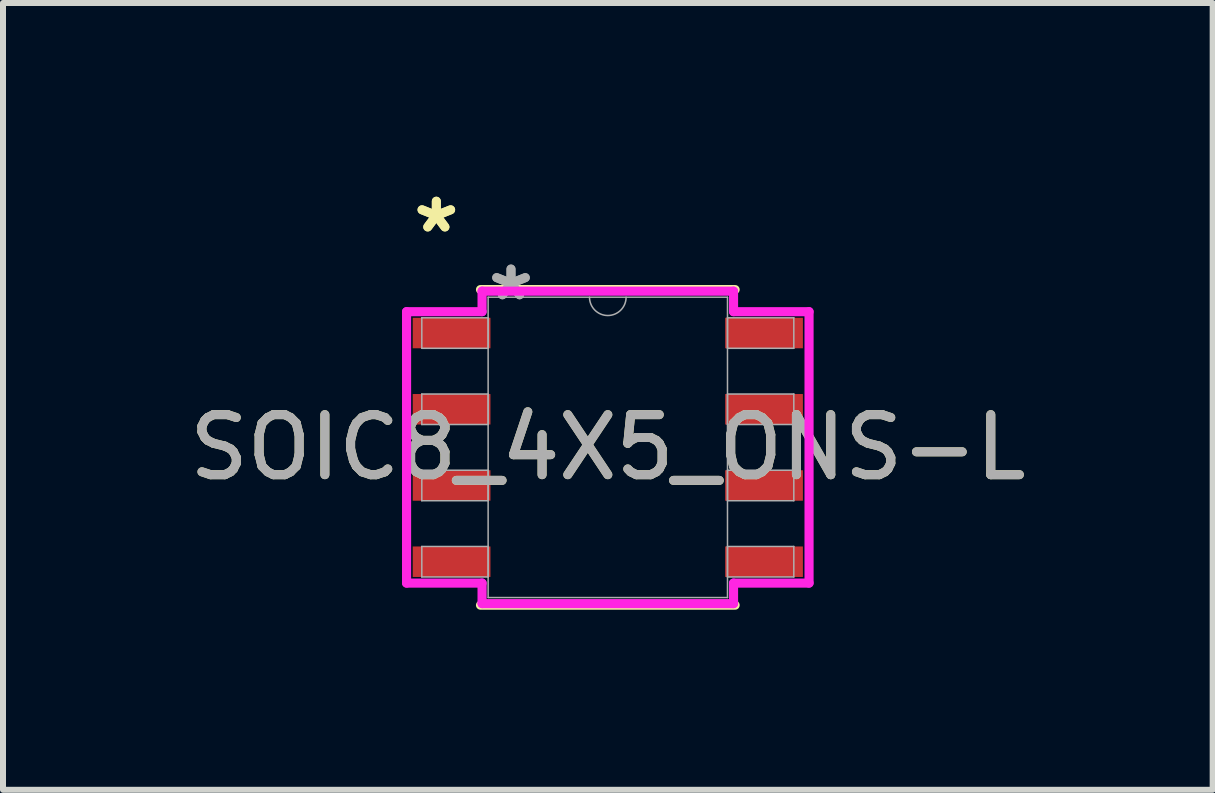
<source format=kicad_pcb>
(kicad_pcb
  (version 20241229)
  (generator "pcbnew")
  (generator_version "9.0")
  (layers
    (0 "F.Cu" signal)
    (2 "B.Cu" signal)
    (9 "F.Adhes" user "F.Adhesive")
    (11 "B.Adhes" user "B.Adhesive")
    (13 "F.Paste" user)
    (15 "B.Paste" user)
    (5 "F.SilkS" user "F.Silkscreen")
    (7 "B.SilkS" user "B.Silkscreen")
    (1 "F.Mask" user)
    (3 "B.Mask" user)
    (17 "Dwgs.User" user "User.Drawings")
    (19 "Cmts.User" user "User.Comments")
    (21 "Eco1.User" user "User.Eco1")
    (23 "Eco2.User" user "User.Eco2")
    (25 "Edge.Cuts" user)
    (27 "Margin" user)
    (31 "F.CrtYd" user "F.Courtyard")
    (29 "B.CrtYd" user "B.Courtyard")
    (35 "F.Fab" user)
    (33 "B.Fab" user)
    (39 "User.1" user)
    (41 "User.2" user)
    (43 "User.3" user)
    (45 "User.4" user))
  (footprint "SOIC8_4X5_ONS-L"
    (layer "F.Cu")
    (at 7.077 4.404)
    (property "Reference" "SOIC8_4X5_ONS-L" (at 0 0 0) (unlocked yes) (layer "F.SilkS") (effects (font (size 1 1) (thickness 0.15))))
    (attr smd)
    (fp_line (start -2.121 2.629) (end 2.121 2.629) (stroke (width 0.152) (type solid)) (layer "F.SilkS"))
    (fp_line (start 2.121 -2.629) (end -2.121 -2.629) (stroke (width 0.152) (type solid)) (layer "F.SilkS"))
    (fp_line (start -3.353 -2.261) (end -2.095 -2.261) (stroke (width 0.152) (type solid)) (layer "F.CrtYd"))
    (fp_line (start -3.353 2.261) (end -3.353 -2.261) (stroke (width 0.152) (type solid)) (layer "F.CrtYd"))
    (fp_line (start -3.353 2.261) (end -2.095 2.261) (stroke (width 0.152) (type solid)) (layer "F.CrtYd"))
    (fp_line (start -2.095 -2.603) (end 2.095 -2.603) (stroke (width 0.152) (type solid)) (layer "F.CrtYd"))
    (fp_line (start -2.095 -2.261) (end -2.095 -2.603) (stroke (width 0.152) (type solid)) (layer "F.CrtYd"))
    (fp_line (start -2.095 2.603) (end -2.095 2.261) (stroke (width 0.152) (type solid)) (layer "F.CrtYd"))
    (fp_line (start 2.095 -2.603) (end 2.095 -2.261) (stroke (width 0.152) (type solid)) (layer "F.CrtYd"))
    (fp_line (start 2.095 2.261) (end 2.095 2.603) (stroke (width 0.152) (type solid)) (layer "F.CrtYd"))
    (fp_line (start 2.095 2.603) (end -2.095 2.603) (stroke (width 0.152) (type solid)) (layer "F.CrtYd"))
    (fp_line (start 3.353 -2.261) (end 2.095 -2.261) (stroke (width 0.152) (type solid)) (layer "F.CrtYd"))
    (fp_line (start 3.353 -2.261) (end 3.353 2.261) (stroke (width 0.152) (type solid)) (layer "F.CrtYd"))
    (fp_line (start 3.353 2.261) (end 2.095 2.261) (stroke (width 0.152) (type solid)) (layer "F.CrtYd"))
    (fp_line (start -3.099 -2.159) (end -3.099 -1.651) (stroke (width 0.025) (type solid)) (layer "F.Fab"))
    (fp_line (start -3.099 -1.651) (end -1.994 -1.651) (stroke (width 0.025) (type solid)) (layer "F.Fab"))
    (fp_line (start -3.099 -0.889) (end -3.099 -0.381) (stroke (width 0.025) (type solid)) (layer "F.Fab"))
    (fp_line (start -3.099 -0.381) (end -1.994 -0.381) (stroke (width 0.025) (type solid)) (layer "F.Fab"))
    (fp_line (start -3.099 0.381) (end -3.099 0.889) (stroke (width 0.025) (type solid)) (layer "F.Fab"))
    (fp_line (start -3.099 0.889) (end -1.994 0.889) (stroke (width 0.025) (type solid)) (layer "F.Fab"))
    (fp_line (start -3.099 1.651) (end -3.099 2.159) (stroke (width 0.025) (type solid)) (layer "F.Fab"))
    (fp_line (start -3.099 2.159) (end -1.994 2.159) (stroke (width 0.025) (type solid)) (layer "F.Fab"))
    (fp_line (start -1.994 -2.502) (end -1.994 2.502) (stroke (width 0.025) (type solid)) (layer "F.Fab"))
    (fp_line (start -1.994 -2.159) (end -3.099 -2.159) (stroke (width 0.025) (type solid)) (layer "F.Fab"))
    (fp_line (start -1.994 -1.651) (end -1.994 -2.159) (stroke (width 0.025) (type solid)) (layer "F.Fab"))
    (fp_line (start -1.994 -0.889) (end -3.099 -0.889) (stroke (width 0.025) (type solid)) (layer "F.Fab"))
    (fp_line (start -1.994 -0.381) (end -1.994 -0.889) (stroke (width 0.025) (type solid)) (layer "F.Fab"))
    (fp_line (start -1.994 0.381) (end -3.099 0.381) (stroke (width 0.025) (type solid)) (layer "F.Fab"))
    (fp_line (start -1.994 0.889) (end -1.994 0.381) (stroke (width 0.025) (type solid)) (layer "F.Fab"))
    (fp_line (start -1.994 1.651) (end -3.099 1.651) (stroke (width 0.025) (type solid)) (layer "F.Fab"))
    (fp_line (start -1.994 2.159) (end -1.994 1.651) (stroke (width 0.025) (type solid)) (layer "F.Fab"))
    (fp_line (start -1.994 2.502) (end 1.994 2.502) (stroke (width 0.025) (type solid)) (layer "F.Fab"))
    (fp_line (start 1.994 -2.502) (end -1.994 -2.502) (stroke (width 0.025) (type solid)) (layer "F.Fab"))
    (fp_line (start 1.994 -2.159) (end 1.994 -1.651) (stroke (width 0.025) (type solid)) (layer "F.Fab"))
    (fp_line (start 1.994 -1.651) (end 3.099 -1.651) (stroke (width 0.025) (type solid)) (layer "F.Fab"))
    (fp_line (start 1.994 -0.889) (end 1.994 -0.381) (stroke (width 0.025) (type solid)) (layer "F.Fab"))
    (fp_line (start 1.994 -0.381) (end 3.099 -0.381) (stroke (width 0.025) (type solid)) (layer "F.Fab"))
    (fp_line (start 1.994 0.381) (end 1.994 0.889) (stroke (width 0.025) (type solid)) (layer "F.Fab"))
    (fp_line (start 1.994 0.889) (end 3.099 0.889) (stroke (width 0.025) (type solid)) (layer "F.Fab"))
    (fp_line (start 1.994 1.651) (end 1.994 2.159) (stroke (width 0.025) (type solid)) (layer "F.Fab"))
    (fp_line (start 1.994 2.159) (end 3.099 2.159) (stroke (width 0.025) (type solid)) (layer "F.Fab"))
    (fp_line (start 1.994 2.502) (end 1.994 -2.502) (stroke (width 0.025) (type solid)) (layer "F.Fab"))
    (fp_line (start 3.099 -2.159) (end 1.994 -2.159) (stroke (width 0.025) (type solid)) (layer "F.Fab"))
    (fp_line (start 3.099 -1.651) (end 3.099 -2.159) (stroke (width 0.025) (type solid)) (layer "F.Fab"))
    (fp_line (start 3.099 -0.889) (end 1.994 -0.889) (stroke (width 0.025) (type solid)) (layer "F.Fab"))
    (fp_line (start 3.099 -0.381) (end 3.099 -0.889) (stroke (width 0.025) (type solid)) (layer "F.Fab"))
    (fp_line (start 3.099 0.381) (end 1.994 0.381) (stroke (width 0.025) (type solid)) (layer "F.Fab"))
    (fp_line (start 3.099 0.889) (end 3.099 0.381) (stroke (width 0.025) (type solid)) (layer "F.Fab"))
    (fp_line (start 3.099 1.651) (end 1.994 1.651) (stroke (width 0.025) (type solid)) (layer "F.Fab"))
    (fp_line (start 3.099 2.159) (end 3.099 1.651) (stroke (width 0.025) (type solid)) (layer "F.Fab"))
    (fp_arc (start 0.3048 -2.5019) (mid 0 -2.1971) (end -0.3048 -2.5019) (stroke (width 0.0254) (type solid)) (layer "F.Fab"))
    (fp_text user "*" (at -2.857 -3.556 0) (unlocked yes) (layer "F.SilkS") (effects (font (size 1 1) (thickness 0.15))))
    (fp_text user "*" (at -2.857 -3.556 0) (layer "F.SilkS") (effects (font (size 1 1) (thickness 0.15))))
    (fp_text user "*" (at -1.613 -2.426 0) (unlocked yes) (layer "F.Fab") (effects (font (size 1 1) (thickness 0.15))))
    (fp_text user "${REFERENCE}" (at 0 0 0) (unlocked yes) (layer "F.Fab") (effects (font (size 1 1) (thickness 0.15))))
    (fp_text user "*" (at -1.613 -2.426 0) (layer "F.Fab") (effects (font (size 1 1) (thickness 0.15))))
    (pad "1" smd rect (at -2.603 -1.905) (size 1.295 0.508) (layers "F.Cu" "F.Mask" "F.Paste"))
    (pad "2" smd rect (at -2.603 -0.635) (size 1.295 0.508) (layers "F.Cu" "F.Mask" "F.Paste"))
    (pad "3" smd rect (at -2.603 0.635) (size 1.295 0.508) (layers "F.Cu" "F.Mask" "F.Paste"))
    (pad "4" smd rect (at -2.603 1.905) (size 1.295 0.508) (layers "F.Cu" "F.Mask" "F.Paste"))
    (pad "5" smd rect (at 2.603 1.905) (size 1.295 0.508) (layers "F.Cu" "F.Mask" "F.Paste"))
    (pad "6" smd rect (at 2.603 0.635) (size 1.295 0.508) (layers "F.Cu" "F.Mask" "F.Paste"))
    (pad "7" smd rect (at 2.603 -0.635) (size 1.295 0.508) (layers "F.Cu" "F.Mask" "F.Paste"))
    (pad "8" smd rect (at 2.603 -1.905) (size 1.295 0.508) (layers "F.Cu" "F.Mask" "F.Paste")))
  (gr_rect
    (start -3 -3)
    (end 17.155 10.109)
    (stroke (width 0.1) (type default))
    (fill no)
    (layer "Edge.Cuts")))
</source>
